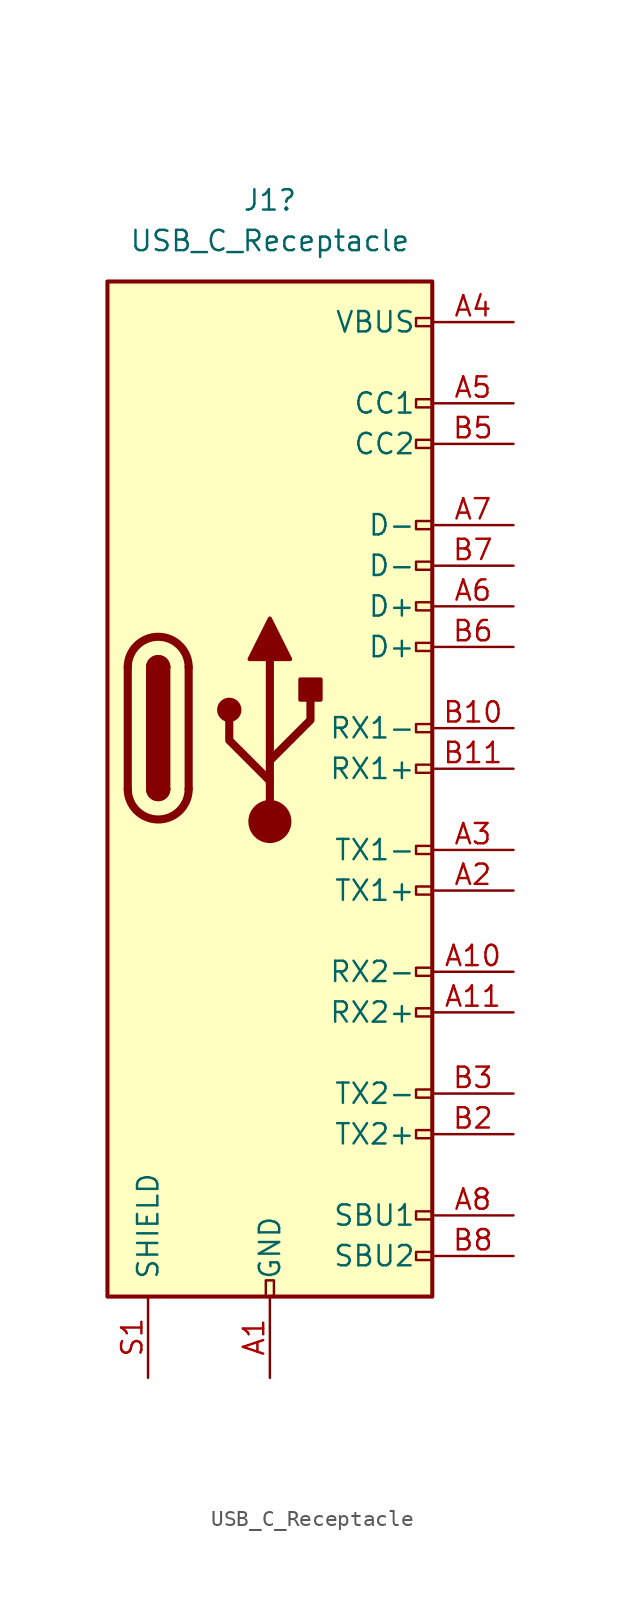
<source format=kicad_sym>
(kicad_symbol_lib
  (version 20211014)
  (generator kicad_symbol_editor)
  (symbol "USB_C_Receptacle"
    (pin_names
      (offset 1.016))
    (property "Reference" "J1"
      (at 0 33.02 0)
      (effects (font (size 1.27 1.27))))
    (property "Value" "USB_C_Receptacle"
      (at 0 30.48 0)
      (effects (font (size 1.27 1.27))))
    (symbol "USB_C_Receptacle_0_0"
      (rectangle (start -0.254 -35.56) (end 0.254 -34.544) (stroke (width 0) (type default) (color 0 0 0 0)) (fill (type none)))
      (rectangle (start 10.16 -32.766) (end 9.144 -33.274) (stroke (width 0) (type default) (color 0 0 0 0)) (fill (type none)))
      (rectangle (start 10.16 -30.226) (end 9.144 -30.734) (stroke (width 0) (type default) (color 0 0 0 0)) (fill (type none)))
      (rectangle (start 10.16 -25.146) (end 9.144 -25.654) (stroke (width 0) (type default) (color 0 0 0 0)) (fill (type none)))
      (rectangle (start 10.16 -22.606) (end 9.144 -23.114) (stroke (width 0) (type default) (color 0 0 0 0)) (fill (type none)))
      (rectangle (start 10.16 -17.526) (end 9.144 -18.034) (stroke (width 0) (type default) (color 0 0 0 0)) (fill (type none)))
      (rectangle (start 10.16 -14.986) (end 9.144 -15.494) (stroke (width 0) (type default) (color 0 0 0 0)) (fill (type none)))
      (rectangle (start 10.16 -9.906) (end 9.144 -10.414) (stroke (width 0) (type default) (color 0 0 0 0)) (fill (type none)))
      (rectangle (start 10.16 -7.366) (end 9.144 -7.874) (stroke (width 0) (type default) (color 0 0 0 0)) (fill (type none)))
      (rectangle (start 10.16 -2.286) (end 9.144 -2.794) (stroke (width 0) (type default) (color 0 0 0 0)) (fill (type none)))
      (rectangle (start 10.16 0.254) (end 9.144 -0.254) (stroke (width 0) (type default) (color 0 0 0 0)) (fill (type none)))
      (rectangle (start 10.16 5.334) (end 9.144 4.826) (stroke (width 0) (type default) (color 0 0 0 0)) (fill (type none)))
      (rectangle (start 10.16 7.874) (end 9.144 7.366) (stroke (width 0) (type default) (color 0 0 0 0)) (fill (type none)))
      (rectangle (start 10.16 10.414) (end 9.144 9.906) (stroke (width 0) (type default) (color 0 0 0 0)) (fill (type none)))
      (rectangle (start 10.16 12.954) (end 9.144 12.446) (stroke (width 0) (type default) (color 0 0 0 0)) (fill (type none)))
      (rectangle (start 10.16 18.034) (end 9.144 17.526) (stroke (width 0) (type default) (color 0 0 0 0)) (fill (type none)))
      (rectangle (start 10.16 20.574) (end 9.144 20.066) (stroke (width 0) (type default) (color 0 0 0 0)) (fill (type none)))
      (rectangle (start 10.16 25.654) (end 9.144 25.146) (stroke (width 0) (type default) (color 0 0 0 0)) (fill (type none))))
    (symbol "USB_C_Receptacle_0_1"
      (rectangle (start -10.16 27.94) (end 10.16 -35.56) (stroke (width 0.254) (type default) (color 0 0 0 0)) (fill (type background)))
      (arc (start -8.89 -3.81) (mid -6.985 -5.715) (end -5.08 -3.81) (stroke (width 0.508) (type default) (color 0 0 0 0)) (fill (type none)))
      (arc (start -7.62 -3.81) (mid -6.985 -4.445) (end -6.35 -3.81) (stroke (width 0.254) (type default) (color 0 0 0 0)) (fill (type none)))
      (arc (start -7.62 -3.81) (mid -6.985 -4.445) (end -6.35 -3.81) (stroke (width 0.254) (type default) (color 0 0 0 0)) (fill (type outline)))
      (rectangle (start -7.62 -3.81) (end -6.35 3.81) (stroke (width 0.254) (type default) (color 0 0 0 0)) (fill (type outline)))
      (arc (start -6.35 3.81) (mid -6.985 4.445) (end -7.62 3.81) (stroke (width 0.254) (type default) (color 0 0 0 0)) (fill (type none)))
      (arc (start -6.35 3.81) (mid -6.985 4.445) (end -7.62 3.81) (stroke (width 0.254) (type default) (color 0 0 0 0)) (fill (type outline)))
      (arc (start -5.08 3.81) (mid -6.985 5.715) (end -8.89 3.81) (stroke (width 0.508) (type default) (color 0 0 0 0)) (fill (type none)))
      (polyline (pts (xy -8.89 -3.81) (xy -8.89 3.81)) (stroke (width 0.508) (type default) (color 0 0 0 0)) (fill (type none)))
      (polyline (pts (xy -5.08 3.81) (xy -5.08 -3.81)) (stroke (width 0.508) (type default) (color 0 0 0 0)) (fill (type none))))
    (symbol "USB_C_Receptacle_1_1"
      (circle (center -2.54 1.143) (radius 0.635) (stroke (width 0.254) (type default) (color 0 0 0 0)) (fill (type outline)))
      (circle (center 0 -5.842) (radius 1.27) (stroke (width 0) (type default) (color 0 0 0 0)) (fill (type outline)))
      (polyline (pts (xy 0 -5.842) (xy 0 4.318)) (stroke (width 0.508) (type default) (color 0 0 0 0)) (fill (type none)))
      (polyline (pts (xy 0 -3.302) (xy -2.54 -0.762) (xy -2.54 0.508)) (stroke (width 0.508) (type default) (color 0 0 0 0)) (fill (type none)))
      (polyline (pts (xy 0 -2.032) (xy 2.54 0.508) (xy 2.54 1.778)) (stroke (width 0.508) (type default) (color 0 0 0 0)) (fill (type none)))
      (polyline (pts (xy -1.27 4.318) (xy 0 6.858) (xy 1.27 4.318) (xy -1.27 4.318)) (stroke (width 0.254) (type default) (color 0 0 0 0)) (fill (type outline)))
      (rectangle (start 1.905 1.778) (end 3.175 3.048) (stroke (width 0.254) (type default) (color 0 0 0 0)) (fill (type outline)))
      (pin passive line (at 0 -40.64 90) (length 5.08) (name "GND" (effects (font (size 1.27 1.27)))) (number "A1" (effects (font (size 1.27 1.27)))))
      (pin bidirectional line (at 15.24 -15.24 180) (length 5.08) (name "RX2-" (effects (font (size 1.27 1.27)))) (number "A10" (effects (font (size 1.27 1.27)))))
      (pin bidirectional line (at 15.24 -17.78 180) (length 5.08) (name "RX2+" (effects (font (size 1.27 1.27)))) (number "A11" (effects (font (size 1.27 1.27)))))
      (pin passive line (at 0 -40.64 90) (length 5.08) hide (name "GND" (effects (font (size 1.27 1.27)))) (number "A12" (effects (font (size 1.27 1.27)))))
      (pin bidirectional line (at 15.24 -10.16 180) (length 5.08) (name "TX1+" (effects (font (size 1.27 1.27)))) (number "A2" (effects (font (size 1.27 1.27)))))
      (pin bidirectional line (at 15.24 -7.62 180) (length 5.08) (name "TX1-" (effects (font (size 1.27 1.27)))) (number "A3" (effects (font (size 1.27 1.27)))))
      (pin passive line (at 15.24 25.4 180) (length 5.08) (name "VBUS" (effects (font (size 1.27 1.27)))) (number "A4" (effects (font (size 1.27 1.27)))))
      (pin bidirectional line (at 15.24 20.32 180) (length 5.08) (name "CC1" (effects (font (size 1.27 1.27)))) (number "A5" (effects (font (size 1.27 1.27)))))
      (pin bidirectional line (at 15.24 7.62 180) (length 5.08) (name "D+" (effects (font (size 1.27 1.27)))) (number "A6" (effects (font (size 1.27 1.27)))))
      (pin bidirectional line (at 15.24 12.7 180) (length 5.08) (name "D-" (effects (font (size 1.27 1.27)))) (number "A7" (effects (font (size 1.27 1.27)))))
      (pin bidirectional line (at 15.24 -30.48 180) (length 5.08) (name "SBU1" (effects (font (size 1.27 1.27)))) (number "A8" (effects (font (size 1.27 1.27)))))
      (pin passive line (at 15.24 25.4 180) (length 5.08) hide (name "VBUS" (effects (font (size 1.27 1.27)))) (number "A9" (effects (font (size 1.27 1.27)))))
      (pin passive line (at 0 -40.64 90) (length 5.08) hide (name "GND" (effects (font (size 1.27 1.27)))) (number "B1" (effects (font (size 1.27 1.27)))))
      (pin bidirectional line (at 15.24 0 180) (length 5.08) (name "RX1-" (effects (font (size 1.27 1.27)))) (number "B10" (effects (font (size 1.27 1.27)))))
      (pin bidirectional line (at 15.24 -2.54 180) (length 5.08) (name "RX1+" (effects (font (size 1.27 1.27)))) (number "B11" (effects (font (size 1.27 1.27)))))
      (pin passive line (at 0 -40.64 90) (length 5.08) hide (name "GND" (effects (font (size 1.27 1.27)))) (number "B12" (effects (font (size 1.27 1.27)))))
      (pin bidirectional line (at 15.24 -25.4 180) (length 5.08) (name "TX2+" (effects (font (size 1.27 1.27)))) (number "B2" (effects (font (size 1.27 1.27)))))
      (pin bidirectional line (at 15.24 -22.86 180) (length 5.08) (name "TX2-" (effects (font (size 1.27 1.27)))) (number "B3" (effects (font (size 1.27 1.27)))))
      (pin passive line (at 15.24 25.4 180) (length 5.08) hide (name "VBUS" (effects (font (size 1.27 1.27)))) (number "B4" (effects (font (size 1.27 1.27)))))
      (pin bidirectional line (at 15.24 17.78 180) (length 5.08) (name "CC2" (effects (font (size 1.27 1.27)))) (number "B5" (effects (font (size 1.27 1.27)))))
      (pin bidirectional line (at 15.24 5.08 180) (length 5.08) (name "D+" (effects (font (size 1.27 1.27)))) (number "B6" (effects (font (size 1.27 1.27)))))
      (pin bidirectional line (at 15.24 10.16 180) (length 5.08) (name "D-" (effects (font (size 1.27 1.27)))) (number "B7" (effects (font (size 1.27 1.27)))))
      (pin bidirectional line (at 15.24 -33.02 180) (length 5.08) (name "SBU2" (effects (font (size 1.27 1.27)))) (number "B8" (effects (font (size 1.27 1.27)))))
      (pin passive line (at 15.24 25.4 180) (length 5.08) hide (name "VBUS" (effects (font (size 1.27 1.27)))) (number "B9" (effects (font (size 1.27 1.27)))))
      (pin passive line (at -7.62 -40.64 90) (length 5.08) (name "SHIELD" (effects (font (size 1.27 1.27)))) (number "S1" (effects (font (size 1.27 1.27))))))))
</source>
